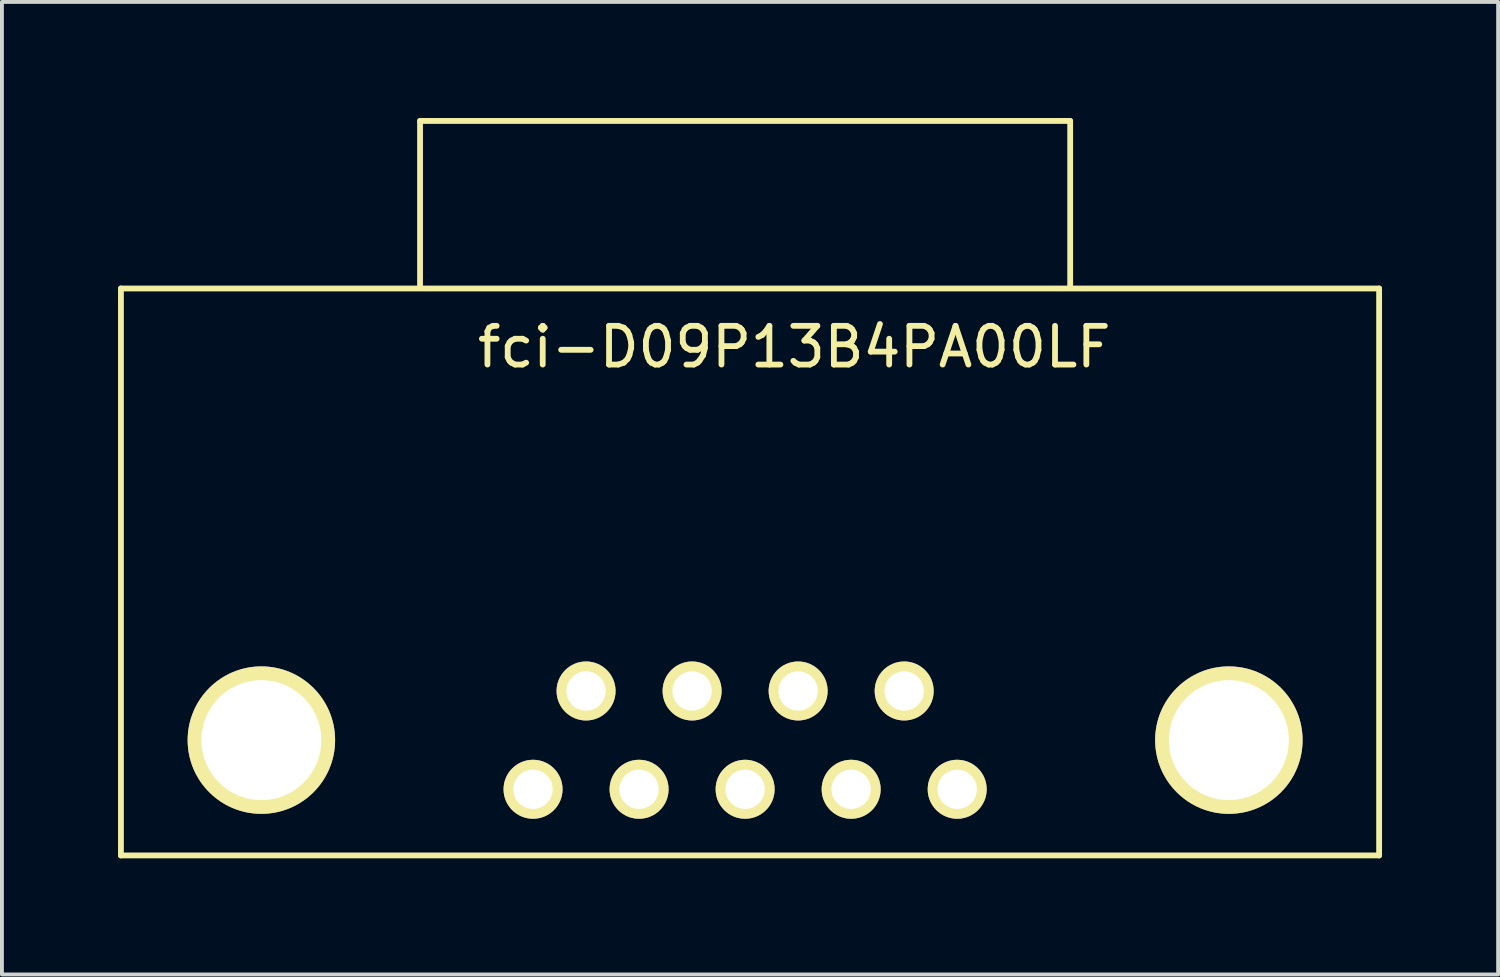
<source format=kicad_pcb>
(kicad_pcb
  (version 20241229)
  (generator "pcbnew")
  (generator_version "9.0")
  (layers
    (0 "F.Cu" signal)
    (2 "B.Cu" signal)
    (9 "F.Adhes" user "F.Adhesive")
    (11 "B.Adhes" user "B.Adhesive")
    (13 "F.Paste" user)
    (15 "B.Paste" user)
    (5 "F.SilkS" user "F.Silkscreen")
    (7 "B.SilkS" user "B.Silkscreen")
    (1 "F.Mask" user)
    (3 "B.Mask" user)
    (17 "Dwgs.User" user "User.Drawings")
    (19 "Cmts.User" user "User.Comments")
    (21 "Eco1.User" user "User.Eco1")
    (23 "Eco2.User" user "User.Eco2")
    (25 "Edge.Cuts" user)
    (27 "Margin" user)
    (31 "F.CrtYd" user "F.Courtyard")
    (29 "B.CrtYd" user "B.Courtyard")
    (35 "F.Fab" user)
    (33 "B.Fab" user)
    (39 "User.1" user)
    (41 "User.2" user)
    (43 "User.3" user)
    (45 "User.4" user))
  (footprint "fci-D09P13B4PA00LF"
    (layer "F.Cu")
    (at 16.204 16.075)
    (property "Reference" "fci-D09P13B4PA00LF" (at 1.27 -10.16 0) (layer "F.SilkS") (effects (font (size 1 1) (thickness 0.15))))
    (attr through_hole)
    (fp_line (start -16.129 -11.67) (end -16.129 2.98) (stroke (width 0.15) (type solid)) (layer "F.SilkS"))
    (fp_line (start -16.129 2.98) (end 16.383 2.98) (stroke (width 0.15) (type solid)) (layer "F.SilkS"))
    (fp_line (start -8.4 -16) (end 8.4 -16) (stroke (width 0.15) (type solid)) (layer "F.SilkS"))
    (fp_line (start -8.4 -11.684) (end -8.4 -16) (stroke (width 0.15) (type solid)) (layer "F.SilkS"))
    (fp_line (start 8.4 -16) (end 8.4 -11.684) (stroke (width 0.15) (type solid)) (layer "F.SilkS"))
    (fp_line (start 16.383 -11.67) (end -16.129 -11.67) (stroke (width 0.15) (type solid)) (layer "F.SilkS"))
    (fp_line (start 16.383 2.98) (end 16.383 -11.67) (stroke (width 0.15) (type solid)) (layer "F.SilkS"))
    (pad "" np_thru_hole circle (at -12.5 0) (size 3.81 3.81) (drill 3.1) (layers "*.Cu" "*.Mask" "F.SilkS"))
    (pad "" np_thru_hole circle (at 12.5 0) (size 3.81 3.81) (drill 3.1) (layers "*.Cu" "*.Mask" "F.SilkS"))
    (pad "1" thru_hole circle (at 5.48 1.27) (size 1.524 1.524) (drill 1.016) (layers "*.Cu" "*.Mask" "F.SilkS"))
    (pad "2" thru_hole circle (at 2.74 1.27) (size 1.524 1.524) (drill 1.016) (layers "*.Cu" "*.Mask" "F.SilkS"))
    (pad "3" thru_hole circle (at 0 1.27) (size 1.524 1.524) (drill 1.016) (layers "*.Cu" "*.Mask" "F.SilkS"))
    (pad "4" thru_hole circle (at -2.74 1.27) (size 1.524 1.524) (drill 1.016) (layers "*.Cu" "*.Mask" "F.SilkS"))
    (pad "5" thru_hole circle (at -5.48 1.27 90) (size 1.524 1.524) (drill 1.016) (layers "*.Cu" "*.Mask" "F.SilkS"))
    (pad "6" thru_hole circle (at 4.11 -1.27) (size 1.524 1.524) (drill 1.016) (layers "*.Cu" "*.Mask" "F.SilkS"))
    (pad "7" thru_hole circle (at 1.37 -1.27) (size 1.524 1.524) (drill 1.016) (layers "*.Cu" "*.Mask" "F.SilkS"))
    (pad "8" thru_hole circle (at -1.37 -1.27) (size 1.524 1.524) (drill 1.016) (layers "*.Cu" "*.Mask" "F.SilkS"))
    (pad "9" thru_hole circle (at -4.11 -1.27) (size 1.524 1.524) (drill 1.016) (layers "*.Cu" "*.Mask" "F.SilkS")))
  (gr_rect
    (start -3 -3)
    (end 35.662 22.13)
    (stroke (width 0.1) (type default))
    (fill no)
    (layer "Edge.Cuts")))
</source>
